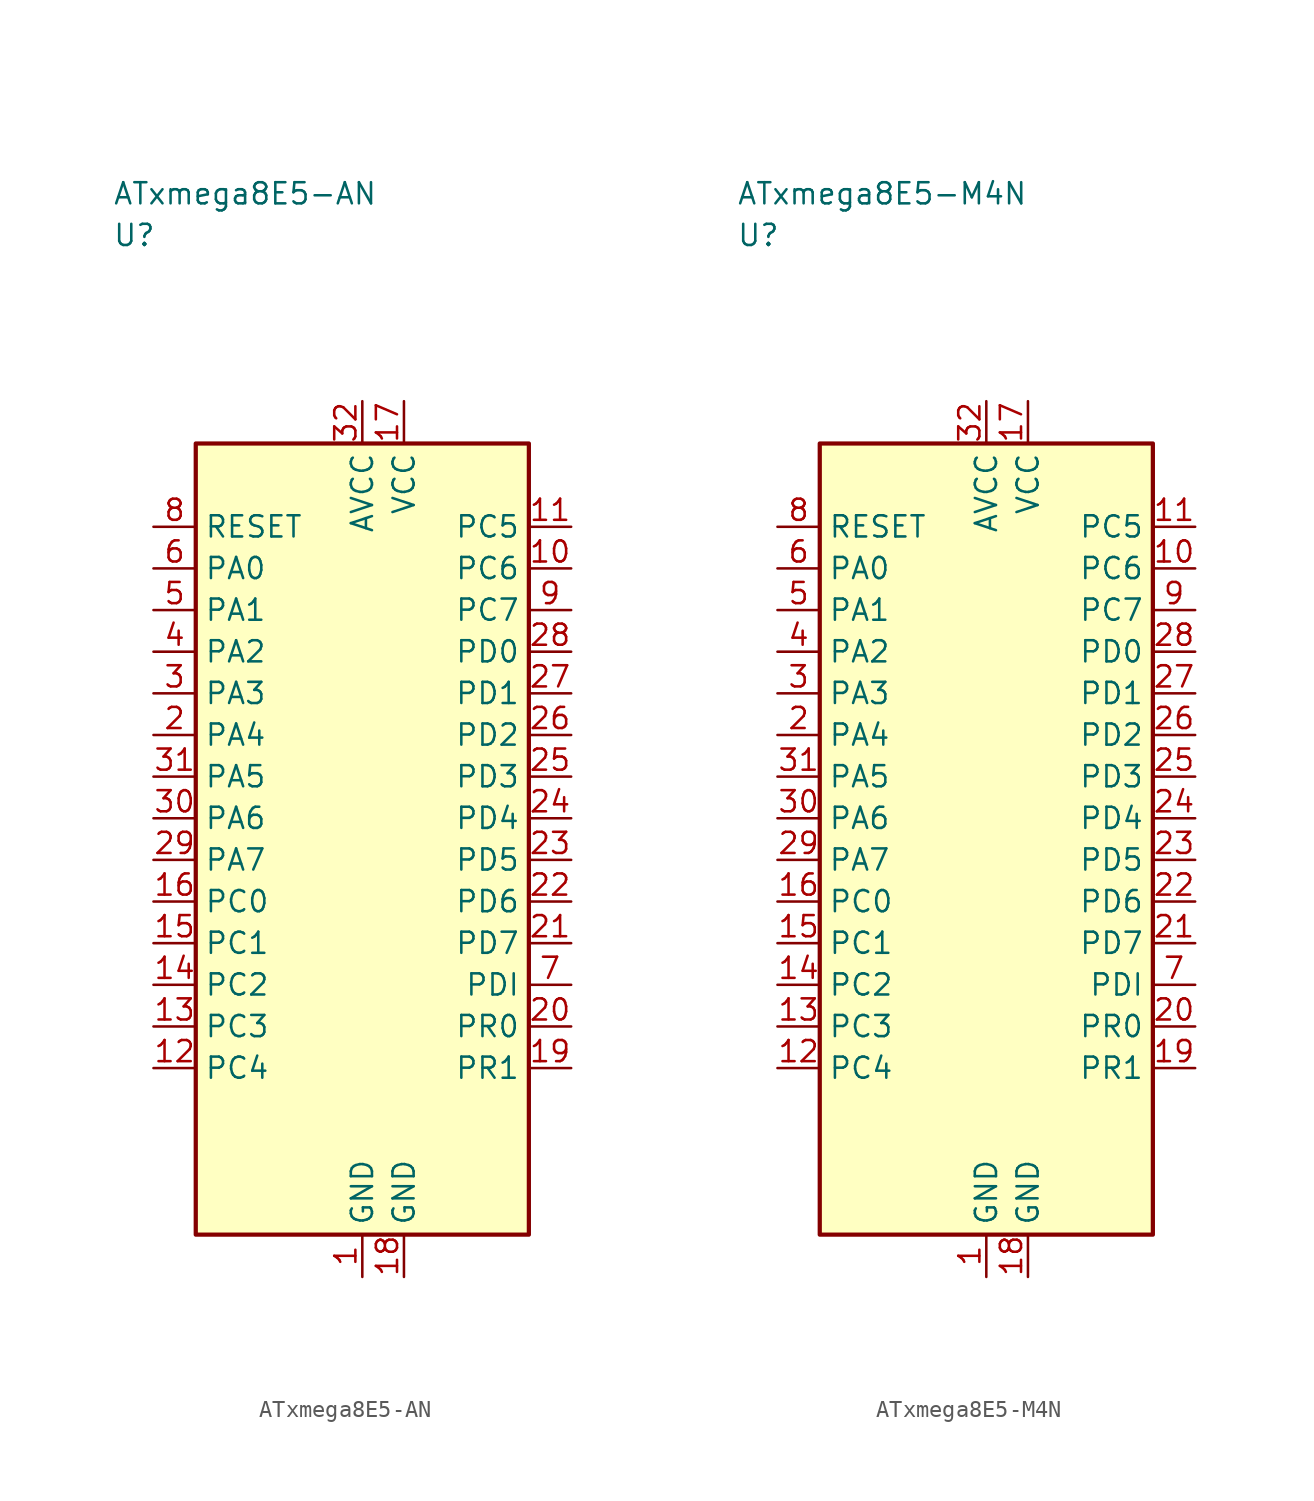
<source format=kicad_sym>
(kicad_symbol_lib
  (version 20241025)
  (generator "kicad_symbol_editor")
  (generator_version "8.0")
  (symbol "ATxmega8E5-AN"
    (property "Reference" "U"
      (at -15.0 36.25 0)
      (effects (font (size 1.27 1.27)) (justify left)))
    (property "Value" "ATxmega8E5-AN"
      (at -15.0 38.75 0)
      (effects (font (size 1.27 1.27)) (justify left)))
    (symbol "ATxmega8E5-AN_0_1"
      (rectangle (start -10.0 23.75) (end 10.0 -23.75) (stroke (width 0.254) (type default)) (fill (type background))))
    (symbol "ATxmega8E5-AN_1_1"
      (pin passive line (at 0.0 -26.29 90.0) (length 2.54) (name "GND" (effects (font (size 1.27 1.27)))) (number "1" (effects (font (size 1.27 1.27)))))
      (pin bidirectional line (at -12.54 6.25 0.0) (length 2.54) (name "PA4" (effects (font (size 1.27 1.27)))) (number "2" (effects (font (size 1.27 1.27)))))
      (pin bidirectional line (at -12.54 8.75 0.0) (length 2.54) (name "PA3" (effects (font (size 1.27 1.27)))) (number "3" (effects (font (size 1.27 1.27)))))
      (pin bidirectional line (at -12.54 11.25 0.0) (length 2.54) (name "PA2" (effects (font (size 1.27 1.27)))) (number "4" (effects (font (size 1.27 1.27)))))
      (pin bidirectional line (at -12.54 13.75 0.0) (length 2.54) (name "PA1" (effects (font (size 1.27 1.27)))) (number "5" (effects (font (size 1.27 1.27)))))
      (pin bidirectional line (at -12.54 16.25 0.0) (length 2.54) (name "PA0" (effects (font (size 1.27 1.27)))) (number "6" (effects (font (size 1.27 1.27)))))
      (pin bidirectional line (at 12.54 -8.75 180.0) (length 2.54) (name "PDI" (effects (font (size 1.27 1.27)))) (number "7" (effects (font (size 1.27 1.27)))))
      (pin input line (at -12.54 18.75 0.0) (length 2.54) (name "RESET" (effects (font (size 1.27 1.27)))) (number "8" (effects (font (size 1.27 1.27)))))
      (pin bidirectional line (at 12.54 13.75 180.0) (length 2.54) (name "PC7" (effects (font (size 1.27 1.27)))) (number "9" (effects (font (size 1.27 1.27)))))
      (pin bidirectional line (at 12.54 16.25 180.0) (length 2.54) (name "PC6" (effects (font (size 1.27 1.27)))) (number "10" (effects (font (size 1.27 1.27)))))
      (pin bidirectional line (at 12.54 18.75 180.0) (length 2.54) (name "PC5" (effects (font (size 1.27 1.27)))) (number "11" (effects (font (size 1.27 1.27)))))
      (pin bidirectional line (at -12.54 -13.75 0.0) (length 2.54) (name "PC4" (effects (font (size 1.27 1.27)))) (number "12" (effects (font (size 1.27 1.27)))))
      (pin bidirectional line (at -12.54 -11.25 0.0) (length 2.54) (name "PC3" (effects (font (size 1.27 1.27)))) (number "13" (effects (font (size 1.27 1.27)))))
      (pin bidirectional line (at -12.54 -8.75 0.0) (length 2.54) (name "PC2" (effects (font (size 1.27 1.27)))) (number "14" (effects (font (size 1.27 1.27)))))
      (pin bidirectional line (at -12.54 -6.25 0.0) (length 2.54) (name "PC1" (effects (font (size 1.27 1.27)))) (number "15" (effects (font (size 1.27 1.27)))))
      (pin bidirectional line (at -12.54 -3.75 0.0) (length 2.54) (name "PC0" (effects (font (size 1.27 1.27)))) (number "16" (effects (font (size 1.27 1.27)))))
      (pin power_in line (at 2.5 26.29 270.0) (length 2.54) (name "VCC" (effects (font (size 1.27 1.27)))) (number "17" (effects (font (size 1.27 1.27)))))
      (pin passive line (at 2.5 -26.29 90.0) (length 2.54) (name "GND" (effects (font (size 1.27 1.27)))) (number "18" (effects (font (size 1.27 1.27)))))
      (pin bidirectional line (at 12.54 -13.75 180.0) (length 2.54) (name "PR1" (effects (font (size 1.27 1.27)))) (number "19" (effects (font (size 1.27 1.27)))))
      (pin bidirectional line (at 12.54 -11.25 180.0) (length 2.54) (name "PR0" (effects (font (size 1.27 1.27)))) (number "20" (effects (font (size 1.27 1.27)))))
      (pin bidirectional line (at 12.54 -6.25 180.0) (length 2.54) (name "PD7" (effects (font (size 1.27 1.27)))) (number "21" (effects (font (size 1.27 1.27)))))
      (pin bidirectional line (at 12.54 -3.75 180.0) (length 2.54) (name "PD6" (effects (font (size 1.27 1.27)))) (number "22" (effects (font (size 1.27 1.27)))))
      (pin bidirectional line (at 12.54 -1.25 180.0) (length 2.54) (name "PD5" (effects (font (size 1.27 1.27)))) (number "23" (effects (font (size 1.27 1.27)))))
      (pin bidirectional line (at 12.54 1.25 180.0) (length 2.54) (name "PD4" (effects (font (size 1.27 1.27)))) (number "24" (effects (font (size 1.27 1.27)))))
      (pin bidirectional line (at 12.54 3.75 180.0) (length 2.54) (name "PD3" (effects (font (size 1.27 1.27)))) (number "25" (effects (font (size 1.27 1.27)))))
      (pin bidirectional line (at 12.54 6.25 180.0) (length 2.54) (name "PD2" (effects (font (size 1.27 1.27)))) (number "26" (effects (font (size 1.27 1.27)))))
      (pin bidirectional line (at 12.54 8.75 180.0) (length 2.54) (name "PD1" (effects (font (size 1.27 1.27)))) (number "27" (effects (font (size 1.27 1.27)))))
      (pin bidirectional line (at 12.54 11.25 180.0) (length 2.54) (name "PD0" (effects (font (size 1.27 1.27)))) (number "28" (effects (font (size 1.27 1.27)))))
      (pin bidirectional line (at -12.54 -1.25 0.0) (length 2.54) (name "PA7" (effects (font (size 1.27 1.27)))) (number "29" (effects (font (size 1.27 1.27)))))
      (pin bidirectional line (at -12.54 1.25 0.0) (length 2.54) (name "PA6" (effects (font (size 1.27 1.27)))) (number "30" (effects (font (size 1.27 1.27)))))
      (pin bidirectional line (at -12.54 3.75 0.0) (length 2.54) (name "PA5" (effects (font (size 1.27 1.27)))) (number "31" (effects (font (size 1.27 1.27)))))
      (pin power_in line (at 0.0 26.29 270.0) (length 2.54) (name "AVCC" (effects (font (size 1.27 1.27)))) (number "32" (effects (font (size 1.27 1.27)))))))
  (symbol "ATxmega8E5-M4N"
    (property "Reference" "U"
      (at -15.0 36.25 0)
      (effects (font (size 1.27 1.27)) (justify left)))
    (property "Value" "ATxmega8E5-M4N"
      (at -15.0 38.75 0)
      (effects (font (size 1.27 1.27)) (justify left)))
    (symbol "ATxmega8E5-M4N_0_1"
      (rectangle (start -10.0 23.75) (end 10.0 -23.75) (stroke (width 0.254) (type default)) (fill (type background))))
    (symbol "ATxmega8E5-M4N_1_1"
      (pin passive line (at 0.0 -26.29 90.0) (length 2.54) (name "GND" (effects (font (size 1.27 1.27)))) (number "1" (effects (font (size 1.27 1.27)))))
      (pin bidirectional line (at -12.54 6.25 0.0) (length 2.54) (name "PA4" (effects (font (size 1.27 1.27)))) (number "2" (effects (font (size 1.27 1.27)))))
      (pin bidirectional line (at -12.54 8.75 0.0) (length 2.54) (name "PA3" (effects (font (size 1.27 1.27)))) (number "3" (effects (font (size 1.27 1.27)))))
      (pin bidirectional line (at -12.54 11.25 0.0) (length 2.54) (name "PA2" (effects (font (size 1.27 1.27)))) (number "4" (effects (font (size 1.27 1.27)))))
      (pin bidirectional line (at -12.54 13.75 0.0) (length 2.54) (name "PA1" (effects (font (size 1.27 1.27)))) (number "5" (effects (font (size 1.27 1.27)))))
      (pin bidirectional line (at -12.54 16.25 0.0) (length 2.54) (name "PA0" (effects (font (size 1.27 1.27)))) (number "6" (effects (font (size 1.27 1.27)))))
      (pin bidirectional line (at 12.54 -8.75 180.0) (length 2.54) (name "PDI" (effects (font (size 1.27 1.27)))) (number "7" (effects (font (size 1.27 1.27)))))
      (pin input line (at -12.54 18.75 0.0) (length 2.54) (name "RESET" (effects (font (size 1.27 1.27)))) (number "8" (effects (font (size 1.27 1.27)))))
      (pin bidirectional line (at 12.54 13.75 180.0) (length 2.54) (name "PC7" (effects (font (size 1.27 1.27)))) (number "9" (effects (font (size 1.27 1.27)))))
      (pin bidirectional line (at 12.54 16.25 180.0) (length 2.54) (name "PC6" (effects (font (size 1.27 1.27)))) (number "10" (effects (font (size 1.27 1.27)))))
      (pin bidirectional line (at 12.54 18.75 180.0) (length 2.54) (name "PC5" (effects (font (size 1.27 1.27)))) (number "11" (effects (font (size 1.27 1.27)))))
      (pin bidirectional line (at -12.54 -13.75 0.0) (length 2.54) (name "PC4" (effects (font (size 1.27 1.27)))) (number "12" (effects (font (size 1.27 1.27)))))
      (pin bidirectional line (at -12.54 -11.25 0.0) (length 2.54) (name "PC3" (effects (font (size 1.27 1.27)))) (number "13" (effects (font (size 1.27 1.27)))))
      (pin bidirectional line (at -12.54 -8.75 0.0) (length 2.54) (name "PC2" (effects (font (size 1.27 1.27)))) (number "14" (effects (font (size 1.27 1.27)))))
      (pin bidirectional line (at -12.54 -6.25 0.0) (length 2.54) (name "PC1" (effects (font (size 1.27 1.27)))) (number "15" (effects (font (size 1.27 1.27)))))
      (pin bidirectional line (at -12.54 -3.75 0.0) (length 2.54) (name "PC0" (effects (font (size 1.27 1.27)))) (number "16" (effects (font (size 1.27 1.27)))))
      (pin power_in line (at 2.5 26.29 270.0) (length 2.54) (name "VCC" (effects (font (size 1.27 1.27)))) (number "17" (effects (font (size 1.27 1.27)))))
      (pin passive line (at 2.5 -26.29 90.0) (length 2.54) (name "GND" (effects (font (size 1.27 1.27)))) (number "18" (effects (font (size 1.27 1.27)))))
      (pin bidirectional line (at 12.54 -13.75 180.0) (length 2.54) (name "PR1" (effects (font (size 1.27 1.27)))) (number "19" (effects (font (size 1.27 1.27)))))
      (pin bidirectional line (at 12.54 -11.25 180.0) (length 2.54) (name "PR0" (effects (font (size 1.27 1.27)))) (number "20" (effects (font (size 1.27 1.27)))))
      (pin bidirectional line (at 12.54 -6.25 180.0) (length 2.54) (name "PD7" (effects (font (size 1.27 1.27)))) (number "21" (effects (font (size 1.27 1.27)))))
      (pin bidirectional line (at 12.54 -3.75 180.0) (length 2.54) (name "PD6" (effects (font (size 1.27 1.27)))) (number "22" (effects (font (size 1.27 1.27)))))
      (pin bidirectional line (at 12.54 -1.25 180.0) (length 2.54) (name "PD5" (effects (font (size 1.27 1.27)))) (number "23" (effects (font (size 1.27 1.27)))))
      (pin bidirectional line (at 12.54 1.25 180.0) (length 2.54) (name "PD4" (effects (font (size 1.27 1.27)))) (number "24" (effects (font (size 1.27 1.27)))))
      (pin bidirectional line (at 12.54 3.75 180.0) (length 2.54) (name "PD3" (effects (font (size 1.27 1.27)))) (number "25" (effects (font (size 1.27 1.27)))))
      (pin bidirectional line (at 12.54 6.25 180.0) (length 2.54) (name "PD2" (effects (font (size 1.27 1.27)))) (number "26" (effects (font (size 1.27 1.27)))))
      (pin bidirectional line (at 12.54 8.75 180.0) (length 2.54) (name "PD1" (effects (font (size 1.27 1.27)))) (number "27" (effects (font (size 1.27 1.27)))))
      (pin bidirectional line (at 12.54 11.25 180.0) (length 2.54) (name "PD0" (effects (font (size 1.27 1.27)))) (number "28" (effects (font (size 1.27 1.27)))))
      (pin bidirectional line (at -12.54 -1.25 0.0) (length 2.54) (name "PA7" (effects (font (size 1.27 1.27)))) (number "29" (effects (font (size 1.27 1.27)))))
      (pin bidirectional line (at -12.54 1.25 0.0) (length 2.54) (name "PA6" (effects (font (size 1.27 1.27)))) (number "30" (effects (font (size 1.27 1.27)))))
      (pin bidirectional line (at -12.54 3.75 0.0) (length 2.54) (name "PA5" (effects (font (size 1.27 1.27)))) (number "31" (effects (font (size 1.27 1.27)))))
      (pin power_in line (at 0.0 26.29 270.0) (length 2.54) (name "AVCC" (effects (font (size 1.27 1.27)))) (number "32" (effects (font (size 1.27 1.27))))))))
</source>
